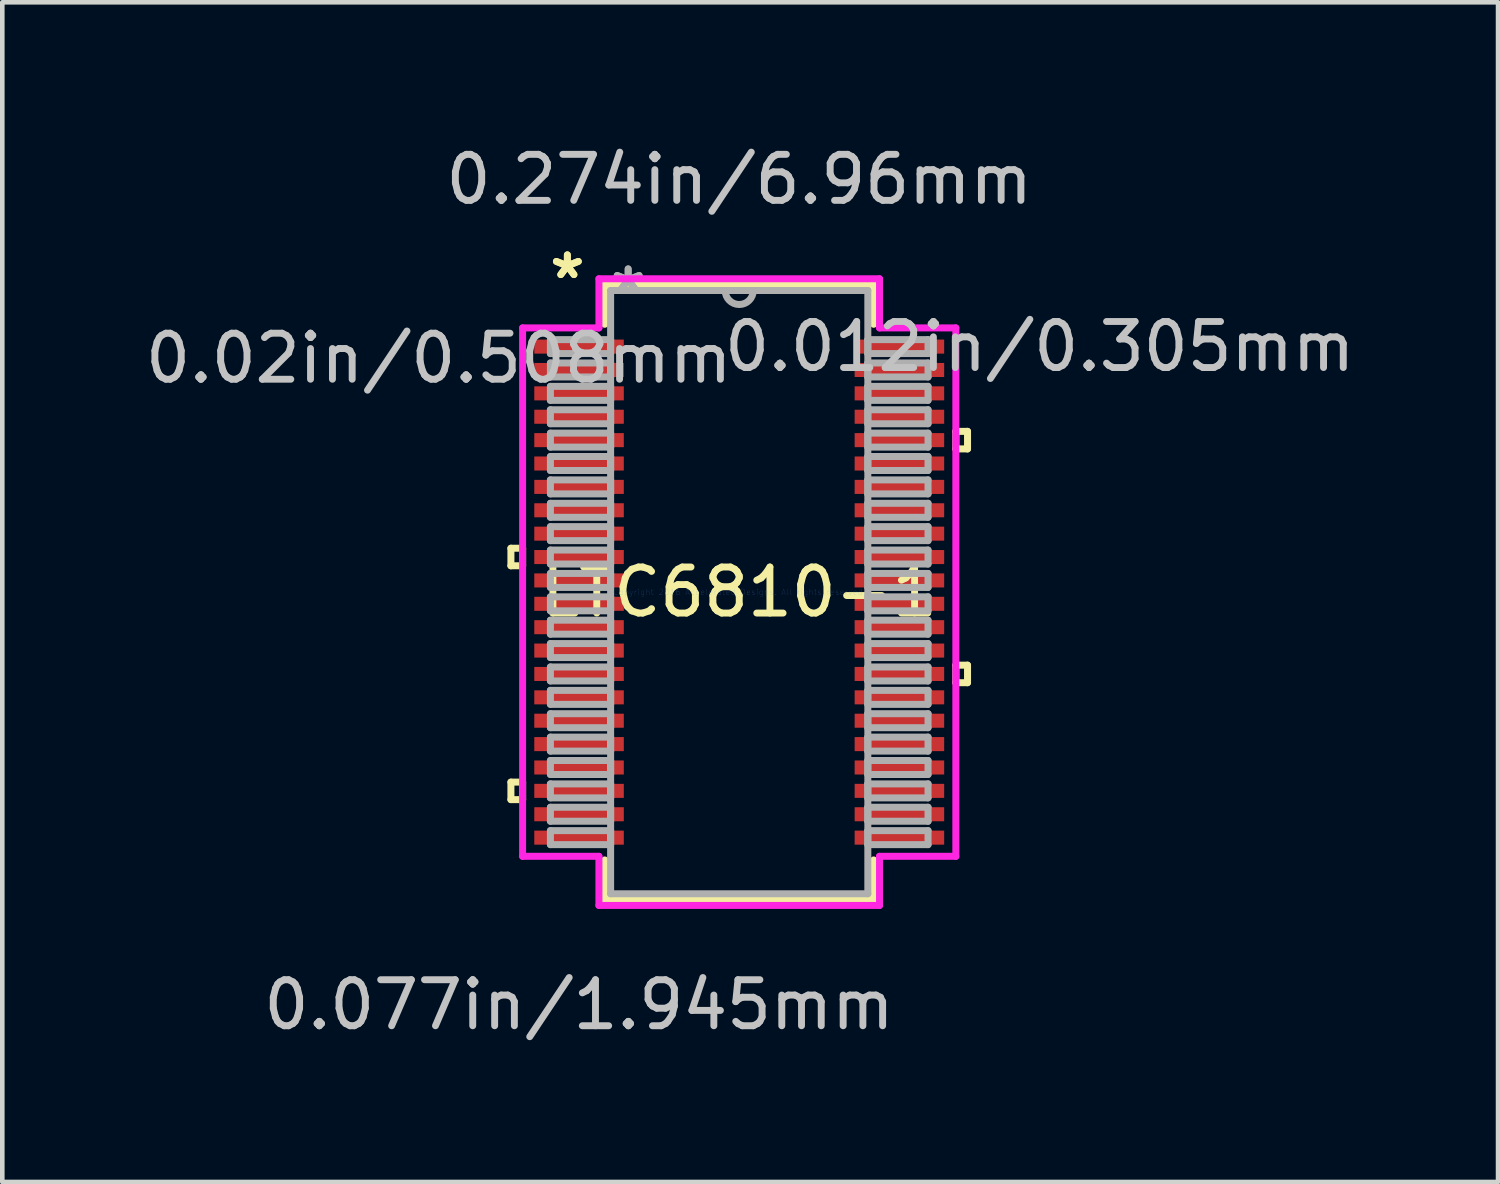
<source format=kicad_pcb>
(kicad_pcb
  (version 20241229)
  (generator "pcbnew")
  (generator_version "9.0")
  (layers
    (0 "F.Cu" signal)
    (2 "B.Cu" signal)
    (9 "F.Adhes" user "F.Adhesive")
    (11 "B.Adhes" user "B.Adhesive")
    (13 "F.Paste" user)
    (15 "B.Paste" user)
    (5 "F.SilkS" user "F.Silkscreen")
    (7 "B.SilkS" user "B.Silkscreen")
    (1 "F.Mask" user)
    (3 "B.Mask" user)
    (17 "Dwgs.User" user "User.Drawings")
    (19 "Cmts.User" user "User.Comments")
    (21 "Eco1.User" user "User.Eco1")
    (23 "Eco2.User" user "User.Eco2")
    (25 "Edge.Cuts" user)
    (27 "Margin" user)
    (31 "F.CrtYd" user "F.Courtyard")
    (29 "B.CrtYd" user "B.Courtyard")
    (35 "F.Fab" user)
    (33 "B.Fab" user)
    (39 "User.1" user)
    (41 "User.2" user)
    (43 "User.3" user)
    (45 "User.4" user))
  (footprint "LTC6810-1"
    (layer "F.Cu")
    (at 13.01 9.814)
    (property "Reference" "LTC6810-1" (at 0 0 0) (layer "F.SilkS") (effects (font (size 1 1) (thickness 0.15))))
    (attr through_hole)
    (fp_line (start -4.96 -0.953) (end -4.96 -0.572) (stroke (width 0.152) (type solid)) (layer "F.SilkS"))
    (fp_line (start -4.96 -0.572) (end -4.706 -0.572) (stroke (width 0.152) (type solid)) (layer "F.SilkS"))
    (fp_line (start -4.96 4.128) (end -4.96 4.508) (stroke (width 0.152) (type solid)) (layer "F.SilkS"))
    (fp_line (start -4.96 4.508) (end -4.706 4.508) (stroke (width 0.152) (type solid)) (layer "F.SilkS"))
    (fp_line (start -4.706 -0.953) (end -4.96 -0.953) (stroke (width 0.152) (type solid)) (layer "F.SilkS"))
    (fp_line (start -4.706 -0.572) (end -4.706 -0.953) (stroke (width 0.152) (type solid)) (layer "F.SilkS"))
    (fp_line (start -4.706 4.128) (end -4.96 4.128) (stroke (width 0.152) (type solid)) (layer "F.SilkS"))
    (fp_line (start -4.706 4.508) (end -4.706 4.128) (stroke (width 0.152) (type solid)) (layer "F.SilkS"))
    (fp_line (start -2.921 -6.68) (end -2.921 -5.819) (stroke (width 0.152) (type solid)) (layer "F.SilkS"))
    (fp_line (start -2.921 5.819) (end -2.921 6.68) (stroke (width 0.152) (type solid)) (layer "F.SilkS"))
    (fp_line (start -2.921 6.68) (end 2.921 6.68) (stroke (width 0.152) (type solid)) (layer "F.SilkS"))
    (fp_line (start 2.921 -6.68) (end -2.921 -6.68) (stroke (width 0.152) (type solid)) (layer "F.SilkS"))
    (fp_line (start 2.921 -5.819) (end 2.921 -6.68) (stroke (width 0.152) (type solid)) (layer "F.SilkS"))
    (fp_line (start 2.921 6.68) (end 2.921 5.819) (stroke (width 0.152) (type solid)) (layer "F.SilkS"))
    (fp_line (start 4.706 -3.493) (end 4.96 -3.493) (stroke (width 0.152) (type solid)) (layer "F.SilkS"))
    (fp_line (start 4.706 -3.111) (end 4.706 -3.493) (stroke (width 0.152) (type solid)) (layer "F.SilkS"))
    (fp_line (start 4.706 1.587) (end 4.96 1.587) (stroke (width 0.152) (type solid)) (layer "F.SilkS"))
    (fp_line (start 4.706 1.968) (end 4.706 1.587) (stroke (width 0.152) (type solid)) (layer "F.SilkS"))
    (fp_line (start 4.96 -3.493) (end 4.96 -3.111) (stroke (width 0.152) (type solid)) (layer "F.SilkS"))
    (fp_line (start 4.96 -3.111) (end 4.706 -3.111) (stroke (width 0.152) (type solid)) (layer "F.SilkS"))
    (fp_line (start 4.96 1.587) (end 4.96 1.968) (stroke (width 0.152) (type solid)) (layer "F.SilkS"))
    (fp_line (start 4.96 1.968) (end 4.706 1.968) (stroke (width 0.152) (type solid)) (layer "F.SilkS"))
    (fp_line (start -4.706 -5.74) (end -3.048 -5.74) (stroke (width 0.152) (type solid)) (layer "F.CrtYd"))
    (fp_line (start -4.706 5.74) (end -4.706 -5.74) (stroke (width 0.152) (type solid)) (layer "F.CrtYd"))
    (fp_line (start -3.048 -6.807) (end 3.048 -6.807) (stroke (width 0.152) (type solid)) (layer "F.CrtYd"))
    (fp_line (start -3.048 -5.74) (end -3.048 -6.807) (stroke (width 0.152) (type solid)) (layer "F.CrtYd"))
    (fp_line (start -3.048 5.74) (end -4.706 5.74) (stroke (width 0.152) (type solid)) (layer "F.CrtYd"))
    (fp_line (start -3.048 6.807) (end -3.048 5.74) (stroke (width 0.152) (type solid)) (layer "F.CrtYd"))
    (fp_line (start 3.048 -6.807) (end 3.048 -5.74) (stroke (width 0.152) (type solid)) (layer "F.CrtYd"))
    (fp_line (start 3.048 -5.74) (end 4.706 -5.74) (stroke (width 0.152) (type solid)) (layer "F.CrtYd"))
    (fp_line (start 3.048 5.74) (end 3.048 6.807) (stroke (width 0.152) (type solid)) (layer "F.CrtYd"))
    (fp_line (start 3.048 6.807) (end -3.048 6.807) (stroke (width 0.152) (type solid)) (layer "F.CrtYd"))
    (fp_line (start 4.706 -5.74) (end 4.706 5.74) (stroke (width 0.152) (type solid)) (layer "F.CrtYd"))
    (fp_line (start 4.706 5.74) (end 3.048 5.74) (stroke (width 0.152) (type solid)) (layer "F.CrtYd"))
    (fp_line (start -4.102 -5.486) (end -4.102 -5.182) (stroke (width 0.152) (type solid)) (layer "F.Fab"))
    (fp_line (start -4.102 -5.182) (end -2.794 -5.182) (stroke (width 0.152) (type solid)) (layer "F.Fab"))
    (fp_line (start -4.102 -4.978) (end -4.102 -4.674) (stroke (width 0.152) (type solid)) (layer "F.Fab"))
    (fp_line (start -4.102 -4.674) (end -2.794 -4.674) (stroke (width 0.152) (type solid)) (layer "F.Fab"))
    (fp_line (start -4.102 -4.47) (end -4.102 -4.166) (stroke (width 0.152) (type solid)) (layer "F.Fab"))
    (fp_line (start -4.102 -4.166) (end -2.794 -4.166) (stroke (width 0.152) (type solid)) (layer "F.Fab"))
    (fp_line (start -4.102 -3.962) (end -4.102 -3.658) (stroke (width 0.152) (type solid)) (layer "F.Fab"))
    (fp_line (start -4.102 -3.658) (end -2.794 -3.658) (stroke (width 0.152) (type solid)) (layer "F.Fab"))
    (fp_line (start -4.102 -3.454) (end -4.102 -3.15) (stroke (width 0.152) (type solid)) (layer "F.Fab"))
    (fp_line (start -4.102 -3.15) (end -2.794 -3.15) (stroke (width 0.152) (type solid)) (layer "F.Fab"))
    (fp_line (start -4.102 -2.946) (end -4.102 -2.642) (stroke (width 0.152) (type solid)) (layer "F.Fab"))
    (fp_line (start -4.102 -2.642) (end -2.794 -2.642) (stroke (width 0.152) (type solid)) (layer "F.Fab"))
    (fp_line (start -4.102 -2.438) (end -4.102 -2.134) (stroke (width 0.152) (type solid)) (layer "F.Fab"))
    (fp_line (start -4.102 -2.134) (end -2.794 -2.134) (stroke (width 0.152) (type solid)) (layer "F.Fab"))
    (fp_line (start -4.102 -1.93) (end -4.102 -1.626) (stroke (width 0.152) (type solid)) (layer "F.Fab"))
    (fp_line (start -4.102 -1.626) (end -2.794 -1.626) (stroke (width 0.152) (type solid)) (layer "F.Fab"))
    (fp_line (start -4.102 -1.422) (end -4.102 -1.118) (stroke (width 0.152) (type solid)) (layer "F.Fab"))
    (fp_line (start -4.102 -1.118) (end -2.794 -1.118) (stroke (width 0.152) (type solid)) (layer "F.Fab"))
    (fp_line (start -4.102 -0.914) (end -4.102 -0.61) (stroke (width 0.152) (type solid)) (layer "F.Fab"))
    (fp_line (start -4.102 -0.61) (end -2.794 -0.61) (stroke (width 0.152) (type solid)) (layer "F.Fab"))
    (fp_line (start -4.102 -0.406) (end -4.102 -0.102) (stroke (width 0.152) (type solid)) (layer "F.Fab"))
    (fp_line (start -4.102 -0.102) (end -2.794 -0.102) (stroke (width 0.152) (type solid)) (layer "F.Fab"))
    (fp_line (start -4.102 0.102) (end -4.102 0.406) (stroke (width 0.152) (type solid)) (layer "F.Fab"))
    (fp_line (start -4.102 0.406) (end -2.794 0.406) (stroke (width 0.152) (type solid)) (layer "F.Fab"))
    (fp_line (start -4.102 0.61) (end -4.102 0.914) (stroke (width 0.152) (type solid)) (layer "F.Fab"))
    (fp_line (start -4.102 0.914) (end -2.794 0.914) (stroke (width 0.152) (type solid)) (layer "F.Fab"))
    (fp_line (start -4.102 1.118) (end -4.102 1.422) (stroke (width 0.152) (type solid)) (layer "F.Fab"))
    (fp_line (start -4.102 1.422) (end -2.794 1.422) (stroke (width 0.152) (type solid)) (layer "F.Fab"))
    (fp_line (start -4.102 1.626) (end -4.102 1.93) (stroke (width 0.152) (type solid)) (layer "F.Fab"))
    (fp_line (start -4.102 1.93) (end -2.794 1.93) (stroke (width 0.152) (type solid)) (layer "F.Fab"))
    (fp_line (start -4.102 2.134) (end -4.102 2.438) (stroke (width 0.152) (type solid)) (layer "F.Fab"))
    (fp_line (start -4.102 2.438) (end -2.794 2.438) (stroke (width 0.152) (type solid)) (layer "F.Fab"))
    (fp_line (start -4.102 2.642) (end -4.102 2.946) (stroke (width 0.152) (type solid)) (layer "F.Fab"))
    (fp_line (start -4.102 2.946) (end -2.794 2.946) (stroke (width 0.152) (type solid)) (layer "F.Fab"))
    (fp_line (start -4.102 3.15) (end -4.102 3.454) (stroke (width 0.152) (type solid)) (layer "F.Fab"))
    (fp_line (start -4.102 3.454) (end -2.794 3.454) (stroke (width 0.152) (type solid)) (layer "F.Fab"))
    (fp_line (start -4.102 3.658) (end -4.102 3.962) (stroke (width 0.152) (type solid)) (layer "F.Fab"))
    (fp_line (start -4.102 3.962) (end -2.794 3.962) (stroke (width 0.152) (type solid)) (layer "F.Fab"))
    (fp_line (start -4.102 4.166) (end -4.102 4.47) (stroke (width 0.152) (type solid)) (layer "F.Fab"))
    (fp_line (start -4.102 4.47) (end -2.794 4.47) (stroke (width 0.152) (type solid)) (layer "F.Fab"))
    (fp_line (start -4.102 4.674) (end -4.102 4.978) (stroke (width 0.152) (type solid)) (layer "F.Fab"))
    (fp_line (start -4.102 4.978) (end -2.794 4.978) (stroke (width 0.152) (type solid)) (layer "F.Fab"))
    (fp_line (start -4.102 5.182) (end -4.102 5.486) (stroke (width 0.152) (type solid)) (layer "F.Fab"))
    (fp_line (start -4.102 5.486) (end -2.794 5.486) (stroke (width 0.152) (type solid)) (layer "F.Fab"))
    (fp_line (start -2.794 -6.553) (end -2.794 6.553) (stroke (width 0.152) (type solid)) (layer "F.Fab"))
    (fp_line (start -2.794 -5.486) (end -4.102 -5.486) (stroke (width 0.152) (type solid)) (layer "F.Fab"))
    (fp_line (start -2.794 -5.182) (end -2.794 -5.486) (stroke (width 0.152) (type solid)) (layer "F.Fab"))
    (fp_line (start -2.794 -4.978) (end -4.102 -4.978) (stroke (width 0.152) (type solid)) (layer "F.Fab"))
    (fp_line (start -2.794 -4.674) (end -2.794 -4.978) (stroke (width 0.152) (type solid)) (layer "F.Fab"))
    (fp_line (start -2.794 -4.47) (end -4.102 -4.47) (stroke (width 0.152) (type solid)) (layer "F.Fab"))
    (fp_line (start -2.794 -4.166) (end -2.794 -4.47) (stroke (width 0.152) (type solid)) (layer "F.Fab"))
    (fp_line (start -2.794 -3.962) (end -4.102 -3.962) (stroke (width 0.152) (type solid)) (layer "F.Fab"))
    (fp_line (start -2.794 -3.658) (end -2.794 -3.962) (stroke (width 0.152) (type solid)) (layer "F.Fab"))
    (fp_line (start -2.794 -3.454) (end -4.102 -3.454) (stroke (width 0.152) (type solid)) (layer "F.Fab"))
    (fp_line (start -2.794 -3.15) (end -2.794 -3.454) (stroke (width 0.152) (type solid)) (layer "F.Fab"))
    (fp_line (start -2.794 -2.946) (end -4.102 -2.946) (stroke (width 0.152) (type solid)) (layer "F.Fab"))
    (fp_line (start -2.794 -2.642) (end -2.794 -2.946) (stroke (width 0.152) (type solid)) (layer "F.Fab"))
    (fp_line (start -2.794 -2.438) (end -4.102 -2.438) (stroke (width 0.152) (type solid)) (layer "F.Fab"))
    (fp_line (start -2.794 -2.134) (end -2.794 -2.438) (stroke (width 0.152) (type solid)) (layer "F.Fab"))
    (fp_line (start -2.794 -1.93) (end -4.102 -1.93) (stroke (width 0.152) (type solid)) (layer "F.Fab"))
    (fp_line (start -2.794 -1.626) (end -2.794 -1.93) (stroke (width 0.152) (type solid)) (layer "F.Fab"))
    (fp_line (start -2.794 -1.422) (end -4.102 -1.422) (stroke (width 0.152) (type solid)) (layer "F.Fab"))
    (fp_line (start -2.794 -1.118) (end -2.794 -1.422) (stroke (width 0.152) (type solid)) (layer "F.Fab"))
    (fp_line (start -2.794 -0.914) (end -4.102 -0.914) (stroke (width 0.152) (type solid)) (layer "F.Fab"))
    (fp_line (start -2.794 -0.61) (end -2.794 -0.914) (stroke (width 0.152) (type solid)) (layer "F.Fab"))
    (fp_line (start -2.794 -0.406) (end -4.102 -0.406) (stroke (width 0.152) (type solid)) (layer "F.Fab"))
    (fp_line (start -2.794 -0.102) (end -2.794 -0.406) (stroke (width 0.152) (type solid)) (layer "F.Fab"))
    (fp_line (start -2.794 0.102) (end -4.102 0.102) (stroke (width 0.152) (type solid)) (layer "F.Fab"))
    (fp_line (start -2.794 0.406) (end -2.794 0.102) (stroke (width 0.152) (type solid)) (layer "F.Fab"))
    (fp_line (start -2.794 0.61) (end -4.102 0.61) (stroke (width 0.152) (type solid)) (layer "F.Fab"))
    (fp_line (start -2.794 0.914) (end -2.794 0.61) (stroke (width 0.152) (type solid)) (layer "F.Fab"))
    (fp_line (start -2.794 1.118) (end -4.102 1.118) (stroke (width 0.152) (type solid)) (layer "F.Fab"))
    (fp_line (start -2.794 1.422) (end -2.794 1.118) (stroke (width 0.152) (type solid)) (layer "F.Fab"))
    (fp_line (start -2.794 1.626) (end -4.102 1.626) (stroke (width 0.152) (type solid)) (layer "F.Fab"))
    (fp_line (start -2.794 1.93) (end -2.794 1.626) (stroke (width 0.152) (type solid)) (layer "F.Fab"))
    (fp_line (start -2.794 2.134) (end -4.102 2.134) (stroke (width 0.152) (type solid)) (layer "F.Fab"))
    (fp_line (start -2.794 2.438) (end -2.794 2.134) (stroke (width 0.152) (type solid)) (layer "F.Fab"))
    (fp_line (start -2.794 2.642) (end -4.102 2.642) (stroke (width 0.152) (type solid)) (layer "F.Fab"))
    (fp_line (start -2.794 2.946) (end -2.794 2.642) (stroke (width 0.152) (type solid)) (layer "F.Fab"))
    (fp_line (start -2.794 3.15) (end -4.102 3.15) (stroke (width 0.152) (type solid)) (layer "F.Fab"))
    (fp_line (start -2.794 3.454) (end -2.794 3.15) (stroke (width 0.152) (type solid)) (layer "F.Fab"))
    (fp_line (start -2.794 3.658) (end -4.102 3.658) (stroke (width 0.152) (type solid)) (layer "F.Fab"))
    (fp_line (start -2.794 3.962) (end -2.794 3.658) (stroke (width 0.152) (type solid)) (layer "F.Fab"))
    (fp_line (start -2.794 4.166) (end -4.102 4.166) (stroke (width 0.152) (type solid)) (layer "F.Fab"))
    (fp_line (start -2.794 4.47) (end -2.794 4.166) (stroke (width 0.152) (type solid)) (layer "F.Fab"))
    (fp_line (start -2.794 4.674) (end -4.102 4.674) (stroke (width 0.152) (type solid)) (layer "F.Fab"))
    (fp_line (start -2.794 4.978) (end -2.794 4.674) (stroke (width 0.152) (type solid)) (layer "F.Fab"))
    (fp_line (start -2.794 5.182) (end -4.102 5.182) (stroke (width 0.152) (type solid)) (layer "F.Fab"))
    (fp_line (start -2.794 5.486) (end -2.794 5.182) (stroke (width 0.152) (type solid)) (layer "F.Fab"))
    (fp_line (start -2.794 6.553) (end 2.794 6.553) (stroke (width 0.152) (type solid)) (layer "F.Fab"))
    (fp_line (start 2.794 -6.553) (end -2.794 -6.553) (stroke (width 0.152) (type solid)) (layer "F.Fab"))
    (fp_line (start 2.794 -5.486) (end 2.794 -5.182) (stroke (width 0.152) (type solid)) (layer "F.Fab"))
    (fp_line (start 2.794 -5.182) (end 4.102 -5.182) (stroke (width 0.152) (type solid)) (layer "F.Fab"))
    (fp_line (start 2.794 -4.978) (end 2.794 -4.674) (stroke (width 0.152) (type solid)) (layer "F.Fab"))
    (fp_line (start 2.794 -4.674) (end 4.102 -4.674) (stroke (width 0.152) (type solid)) (layer "F.Fab"))
    (fp_line (start 2.794 -4.47) (end 2.794 -4.166) (stroke (width 0.152) (type solid)) (layer "F.Fab"))
    (fp_line (start 2.794 -4.166) (end 4.102 -4.166) (stroke (width 0.152) (type solid)) (layer "F.Fab"))
    (fp_line (start 2.794 -3.962) (end 2.794 -3.658) (stroke (width 0.152) (type solid)) (layer "F.Fab"))
    (fp_line (start 2.794 -3.658) (end 4.102 -3.658) (stroke (width 0.152) (type solid)) (layer "F.Fab"))
    (fp_line (start 2.794 -3.454) (end 2.794 -3.15) (stroke (width 0.152) (type solid)) (layer "F.Fab"))
    (fp_line (start 2.794 -3.15) (end 4.102 -3.15) (stroke (width 0.152) (type solid)) (layer "F.Fab"))
    (fp_line (start 2.794 -2.946) (end 2.794 -2.642) (stroke (width 0.152) (type solid)) (layer "F.Fab"))
    (fp_line (start 2.794 -2.642) (end 4.102 -2.642) (stroke (width 0.152) (type solid)) (layer "F.Fab"))
    (fp_line (start 2.794 -2.438) (end 2.794 -2.134) (stroke (width 0.152) (type solid)) (layer "F.Fab"))
    (fp_line (start 2.794 -2.134) (end 4.102 -2.134) (stroke (width 0.152) (type solid)) (layer "F.Fab"))
    (fp_line (start 2.794 -1.93) (end 2.794 -1.626) (stroke (width 0.152) (type solid)) (layer "F.Fab"))
    (fp_line (start 2.794 -1.626) (end 4.102 -1.626) (stroke (width 0.152) (type solid)) (layer "F.Fab"))
    (fp_line (start 2.794 -1.422) (end 2.794 -1.118) (stroke (width 0.152) (type solid)) (layer "F.Fab"))
    (fp_line (start 2.794 -1.118) (end 4.102 -1.118) (stroke (width 0.152) (type solid)) (layer "F.Fab"))
    (fp_line (start 2.794 -0.914) (end 2.794 -0.61) (stroke (width 0.152) (type solid)) (layer "F.Fab"))
    (fp_line (start 2.794 -0.61) (end 4.102 -0.61) (stroke (width 0.152) (type solid)) (layer "F.Fab"))
    (fp_line (start 2.794 -0.406) (end 2.794 -0.102) (stroke (width 0.152) (type solid)) (layer "F.Fab"))
    (fp_line (start 2.794 -0.102) (end 4.102 -0.102) (stroke (width 0.152) (type solid)) (layer "F.Fab"))
    (fp_line (start 2.794 0.102) (end 2.794 0.406) (stroke (width 0.152) (type solid)) (layer "F.Fab"))
    (fp_line (start 2.794 0.406) (end 4.102 0.406) (stroke (width 0.152) (type solid)) (layer "F.Fab"))
    (fp_line (start 2.794 0.61) (end 2.794 0.914) (stroke (width 0.152) (type solid)) (layer "F.Fab"))
    (fp_line (start 2.794 0.914) (end 4.102 0.914) (stroke (width 0.152) (type solid)) (layer "F.Fab"))
    (fp_line (start 2.794 1.118) (end 2.794 1.422) (stroke (width 0.152) (type solid)) (layer "F.Fab"))
    (fp_line (start 2.794 1.422) (end 4.102 1.422) (stroke (width 0.152) (type solid)) (layer "F.Fab"))
    (fp_line (start 2.794 1.626) (end 2.794 1.93) (stroke (width 0.152) (type solid)) (layer "F.Fab"))
    (fp_line (start 2.794 1.93) (end 4.102 1.93) (stroke (width 0.152) (type solid)) (layer "F.Fab"))
    (fp_line (start 2.794 2.134) (end 2.794 2.438) (stroke (width 0.152) (type solid)) (layer "F.Fab"))
    (fp_line (start 2.794 2.438) (end 4.102 2.438) (stroke (width 0.152) (type solid)) (layer "F.Fab"))
    (fp_line (start 2.794 2.642) (end 2.794 2.946) (stroke (width 0.152) (type solid)) (layer "F.Fab"))
    (fp_line (start 2.794 2.946) (end 4.102 2.946) (stroke (width 0.152) (type solid)) (layer "F.Fab"))
    (fp_line (start 2.794 3.15) (end 2.794 3.454) (stroke (width 0.152) (type solid)) (layer "F.Fab"))
    (fp_line (start 2.794 3.454) (end 4.102 3.454) (stroke (width 0.152) (type solid)) (layer "F.Fab"))
    (fp_line (start 2.794 3.658) (end 2.794 3.962) (stroke (width 0.152) (type solid)) (layer "F.Fab"))
    (fp_line (start 2.794 3.962) (end 4.102 3.962) (stroke (width 0.152) (type solid)) (layer "F.Fab"))
    (fp_line (start 2.794 4.166) (end 2.794 4.47) (stroke (width 0.152) (type solid)) (layer "F.Fab"))
    (fp_line (start 2.794 4.47) (end 4.102 4.47) (stroke (width 0.152) (type solid)) (layer "F.Fab"))
    (fp_line (start 2.794 4.674) (end 2.794 4.978) (stroke (width 0.152) (type solid)) (layer "F.Fab"))
    (fp_line (start 2.794 4.978) (end 4.102 4.978) (stroke (width 0.152) (type solid)) (layer "F.Fab"))
    (fp_line (start 2.794 5.182) (end 2.794 5.486) (stroke (width 0.152) (type solid)) (layer "F.Fab"))
    (fp_line (start 2.794 5.486) (end 4.102 5.486) (stroke (width 0.152) (type solid)) (layer "F.Fab"))
    (fp_line (start 2.794 6.553) (end 2.794 -6.553) (stroke (width 0.152) (type solid)) (layer "F.Fab"))
    (fp_line (start 4.102 -5.486) (end 2.794 -5.486) (stroke (width 0.152) (type solid)) (layer "F.Fab"))
    (fp_line (start 4.102 -5.182) (end 4.102 -5.486) (stroke (width 0.152) (type solid)) (layer "F.Fab"))
    (fp_line (start 4.102 -4.978) (end 2.794 -4.978) (stroke (width 0.152) (type solid)) (layer "F.Fab"))
    (fp_line (start 4.102 -4.674) (end 4.102 -4.978) (stroke (width 0.152) (type solid)) (layer "F.Fab"))
    (fp_line (start 4.102 -4.47) (end 2.794 -4.47) (stroke (width 0.152) (type solid)) (layer "F.Fab"))
    (fp_line (start 4.102 -4.166) (end 4.102 -4.47) (stroke (width 0.152) (type solid)) (layer "F.Fab"))
    (fp_line (start 4.102 -3.962) (end 2.794 -3.962) (stroke (width 0.152) (type solid)) (layer "F.Fab"))
    (fp_line (start 4.102 -3.658) (end 4.102 -3.962) (stroke (width 0.152) (type solid)) (layer "F.Fab"))
    (fp_line (start 4.102 -3.454) (end 2.794 -3.454) (stroke (width 0.152) (type solid)) (layer "F.Fab"))
    (fp_line (start 4.102 -3.15) (end 4.102 -3.454) (stroke (width 0.152) (type solid)) (layer "F.Fab"))
    (fp_line (start 4.102 -2.946) (end 2.794 -2.946) (stroke (width 0.152) (type solid)) (layer "F.Fab"))
    (fp_line (start 4.102 -2.642) (end 4.102 -2.946) (stroke (width 0.152) (type solid)) (layer "F.Fab"))
    (fp_line (start 4.102 -2.438) (end 2.794 -2.438) (stroke (width 0.152) (type solid)) (layer "F.Fab"))
    (fp_line (start 4.102 -2.134) (end 4.102 -2.438) (stroke (width 0.152) (type solid)) (layer "F.Fab"))
    (fp_line (start 4.102 -1.93) (end 2.794 -1.93) (stroke (width 0.152) (type solid)) (layer "F.Fab"))
    (fp_line (start 4.102 -1.626) (end 4.102 -1.93) (stroke (width 0.152) (type solid)) (layer "F.Fab"))
    (fp_line (start 4.102 -1.422) (end 2.794 -1.422) (stroke (width 0.152) (type solid)) (layer "F.Fab"))
    (fp_line (start 4.102 -1.118) (end 4.102 -1.422) (stroke (width 0.152) (type solid)) (layer "F.Fab"))
    (fp_line (start 4.102 -0.914) (end 2.794 -0.914) (stroke (width 0.152) (type solid)) (layer "F.Fab"))
    (fp_line (start 4.102 -0.61) (end 4.102 -0.914) (stroke (width 0.152) (type solid)) (layer "F.Fab"))
    (fp_line (start 4.102 -0.406) (end 2.794 -0.406) (stroke (width 0.152) (type solid)) (layer "F.Fab"))
    (fp_line (start 4.102 -0.102) (end 4.102 -0.406) (stroke (width 0.152) (type solid)) (layer "F.Fab"))
    (fp_line (start 4.102 0.102) (end 2.794 0.102) (stroke (width 0.152) (type solid)) (layer "F.Fab"))
    (fp_line (start 4.102 0.406) (end 4.102 0.102) (stroke (width 0.152) (type solid)) (layer "F.Fab"))
    (fp_line (start 4.102 0.61) (end 2.794 0.61) (stroke (width 0.152) (type solid)) (layer "F.Fab"))
    (fp_line (start 4.102 0.914) (end 4.102 0.61) (stroke (width 0.152) (type solid)) (layer "F.Fab"))
    (fp_line (start 4.102 1.118) (end 2.794 1.118) (stroke (width 0.152) (type solid)) (layer "F.Fab"))
    (fp_line (start 4.102 1.422) (end 4.102 1.118) (stroke (width 0.152) (type solid)) (layer "F.Fab"))
    (fp_line (start 4.102 1.626) (end 2.794 1.626) (stroke (width 0.152) (type solid)) (layer "F.Fab"))
    (fp_line (start 4.102 1.93) (end 4.102 1.626) (stroke (width 0.152) (type solid)) (layer "F.Fab"))
    (fp_line (start 4.102 2.134) (end 2.794 2.134) (stroke (width 0.152) (type solid)) (layer "F.Fab"))
    (fp_line (start 4.102 2.438) (end 4.102 2.134) (stroke (width 0.152) (type solid)) (layer "F.Fab"))
    (fp_line (start 4.102 2.642) (end 2.794 2.642) (stroke (width 0.152) (type solid)) (layer "F.Fab"))
    (fp_line (start 4.102 2.946) (end 4.102 2.642) (stroke (width 0.152) (type solid)) (layer "F.Fab"))
    (fp_line (start 4.102 3.15) (end 2.794 3.15) (stroke (width 0.152) (type solid)) (layer "F.Fab"))
    (fp_line (start 4.102 3.454) (end 4.102 3.15) (stroke (width 0.152) (type solid)) (layer "F.Fab"))
    (fp_line (start 4.102 3.658) (end 2.794 3.658) (stroke (width 0.152) (type solid)) (layer "F.Fab"))
    (fp_line (start 4.102 3.962) (end 4.102 3.658) (stroke (width 0.152) (type solid)) (layer "F.Fab"))
    (fp_line (start 4.102 4.166) (end 2.794 4.166) (stroke (width 0.152) (type solid)) (layer "F.Fab"))
    (fp_line (start 4.102 4.47) (end 4.102 4.166) (stroke (width 0.152) (type solid)) (layer "F.Fab"))
    (fp_line (start 4.102 4.674) (end 2.794 4.674) (stroke (width 0.152) (type solid)) (layer "F.Fab"))
    (fp_line (start 4.102 4.978) (end 4.102 4.674) (stroke (width 0.152) (type solid)) (layer "F.Fab"))
    (fp_line (start 4.102 5.182) (end 2.794 5.182) (stroke (width 0.152) (type solid)) (layer "F.Fab"))
    (fp_line (start 4.102 5.486) (end 4.102 5.182) (stroke (width 0.152) (type solid)) (layer "F.Fab"))
    (fp_arc (start 0.3048 -6.5532) (mid 0 -6.2484) (end -0.3048 -6.5532) (stroke (width 0.1524) (type solid)) (layer "F.Fab"))
    (fp_text user "*" (at -3.734 -6.782 0) (layer "F.SilkS") (effects (font (size 1 1) (thickness 0.15))))
    (fp_text user "*" (at -3.734 -6.782 0) (layer "F.SilkS") (effects (font (size 1 1) (thickness 0.15))))
    (fp_text user "0.02in/0.508mm" (at -6.528 -5.08 0) (layer "Dwgs.User") (effects (font (size 1 1) (thickness 0.15))))
    (fp_text user "0.274in/6.96mm" (at 0 -8.966 0) (layer "Dwgs.User") (effects (font (size 1 1) (thickness 0.15))))
    (fp_text user "0.077in/1.945mm" (at -3.48 8.966 0) (layer "Dwgs.User") (effects (font (size 1 1) (thickness 0.15))))
    (fp_text user "0.012in/0.305mm" (at 6.528 -5.334 0) (layer "Dwgs.User") (effects (font (size 1 1) (thickness 0.15))))
    (fp_text user "Copyright 2016 Accelerated Designs. All rights reserved." (at 0 0 0) (layer "Cmts.User") (effects (font (size 0.127 0.127) (thickness 0.002))))
    (fp_text user "*" (at -2.413 -6.477 0) (layer "F.Fab") (effects (font (size 1 1) (thickness 0.15))))
    (fp_text user "*" (at -2.413 -6.477 0) (layer "F.Fab") (effects (font (size 1 1) (thickness 0.15))))
    (pad "1" smd rect (at -3.48 -5.334) (size 1.945 0.305) (layers "F.Cu" "F.Mask" "F.Paste"))
    (pad "2" smd rect (at -3.48 -4.826) (size 1.945 0.305) (layers "F.Cu" "F.Mask" "F.Paste"))
    (pad "3" smd rect (at -3.48 -4.318) (size 1.945 0.305) (layers "F.Cu" "F.Mask" "F.Paste"))
    (pad "4" smd rect (at -3.48 -3.81) (size 1.945 0.305) (layers "F.Cu" "F.Mask" "F.Paste"))
    (pad "5" smd rect (at -3.48 -3.302) (size 1.945 0.305) (layers "F.Cu" "F.Mask" "F.Paste"))
    (pad "6" smd rect (at -3.48 -2.794) (size 1.945 0.305) (layers "F.Cu" "F.Mask" "F.Paste"))
    (pad "7" smd rect (at -3.48 -2.286) (size 1.945 0.305) (layers "F.Cu" "F.Mask" "F.Paste"))
    (pad "8" smd rect (at -3.48 -1.778) (size 1.945 0.305) (layers "F.Cu" "F.Mask" "F.Paste"))
    (pad "9" smd rect (at -3.48 -1.27) (size 1.945 0.305) (layers "F.Cu" "F.Mask" "F.Paste"))
    (pad "10" smd rect (at -3.48 -0.762) (size 1.945 0.305) (layers "F.Cu" "F.Mask" "F.Paste"))
    (pad "11" smd rect (at -3.48 -0.254) (size 1.945 0.305) (layers "F.Cu" "F.Mask" "F.Paste"))
    (pad "12" smd rect (at -3.48 0.254) (size 1.945 0.305) (layers "F.Cu" "F.Mask" "F.Paste"))
    (pad "13" smd rect (at -3.48 0.762) (size 1.945 0.305) (layers "F.Cu" "F.Mask" "F.Paste"))
    (pad "14" smd rect (at -3.48 1.27) (size 1.945 0.305) (layers "F.Cu" "F.Mask" "F.Paste"))
    (pad "15" smd rect (at -3.48 1.778) (size 1.945 0.305) (layers "F.Cu" "F.Mask" "F.Paste"))
    (pad "16" smd rect (at -3.48 2.286) (size 1.945 0.305) (layers "F.Cu" "F.Mask" "F.Paste"))
    (pad "17" smd rect (at -3.48 2.794) (size 1.945 0.305) (layers "F.Cu" "F.Mask" "F.Paste"))
    (pad "18" smd rect (at -3.48 3.302) (size 1.945 0.305) (layers "F.Cu" "F.Mask" "F.Paste"))
    (pad "19" smd rect (at -3.48 3.81) (size 1.945 0.305) (layers "F.Cu" "F.Mask" "F.Paste"))
    (pad "20" smd rect (at -3.48 4.318) (size 1.945 0.305) (layers "F.Cu" "F.Mask" "F.Paste"))
    (pad "21" smd rect (at -3.48 4.826) (size 1.945 0.305) (layers "F.Cu" "F.Mask" "F.Paste"))
    (pad "22" smd rect (at -3.48 5.334) (size 1.945 0.305) (layers "F.Cu" "F.Mask" "F.Paste"))
    (pad "23" smd rect (at 3.48 5.334) (size 1.945 0.305) (layers "F.Cu" "F.Mask" "F.Paste"))
    (pad "24" smd rect (at 3.48 4.826) (size 1.945 0.305) (layers "F.Cu" "F.Mask" "F.Paste"))
    (pad "25" smd rect (at 3.48 4.318) (size 1.945 0.305) (layers "F.Cu" "F.Mask" "F.Paste"))
    (pad "26" smd rect (at 3.48 3.81) (size 1.945 0.305) (layers "F.Cu" "F.Mask" "F.Paste"))
    (pad "27" smd rect (at 3.48 3.302) (size 1.945 0.305) (layers "F.Cu" "F.Mask" "F.Paste"))
    (pad "28" smd rect (at 3.48 2.794) (size 1.945 0.305) (layers "F.Cu" "F.Mask" "F.Paste"))
    (pad "29" smd rect (at 3.48 2.286) (size 1.945 0.305) (layers "F.Cu" "F.Mask" "F.Paste"))
    (pad "30" smd rect (at 3.48 1.778) (size 1.945 0.305) (layers "F.Cu" "F.Mask" "F.Paste"))
    (pad "31" smd rect (at 3.48 1.27) (size 1.945 0.305) (layers "F.Cu" "F.Mask" "F.Paste"))
    (pad "32" smd rect (at 3.48 0.762) (size 1.945 0.305) (layers "F.Cu" "F.Mask" "F.Paste"))
    (pad "33" smd rect (at 3.48 0.254) (size 1.945 0.305) (layers "F.Cu" "F.Mask" "F.Paste"))
    (pad "34" smd rect (at 3.48 -0.254) (size 1.945 0.305) (layers "F.Cu" "F.Mask" "F.Paste"))
    (pad "35" smd rect (at 3.48 -0.762) (size 1.945 0.305) (layers "F.Cu" "F.Mask" "F.Paste"))
    (pad "36" smd rect (at 3.48 -1.27) (size 1.945 0.305) (layers "F.Cu" "F.Mask" "F.Paste"))
    (pad "37" smd rect (at 3.48 -1.778) (size 1.945 0.305) (layers "F.Cu" "F.Mask" "F.Paste"))
    (pad "38" smd rect (at 3.48 -2.286) (size 1.945 0.305) (layers "F.Cu" "F.Mask" "F.Paste"))
    (pad "39" smd rect (at 3.48 -2.794) (size 1.945 0.305) (layers "F.Cu" "F.Mask" "F.Paste"))
    (pad "40" smd rect (at 3.48 -3.302) (size 1.945 0.305) (layers "F.Cu" "F.Mask" "F.Paste"))
    (pad "41" smd rect (at 3.48 -3.81) (size 1.945 0.305) (layers "F.Cu" "F.Mask" "F.Paste"))
    (pad "42" smd rect (at 3.48 -4.318) (size 1.945 0.305) (layers "F.Cu" "F.Mask" "F.Paste"))
    (pad "43" smd rect (at 3.48 -4.826) (size 1.945 0.305) (layers "F.Cu" "F.Mask" "F.Paste"))
    (pad "44" smd rect (at 3.48 -5.334) (size 1.945 0.305) (layers "F.Cu" "F.Mask" "F.Paste")))
  (gr_rect
    (start -3 -3)
    (end 29.496 22.629)
    (stroke (width 0.1) (type default))
    (fill no)
    (layer "Edge.Cuts")))
</source>
